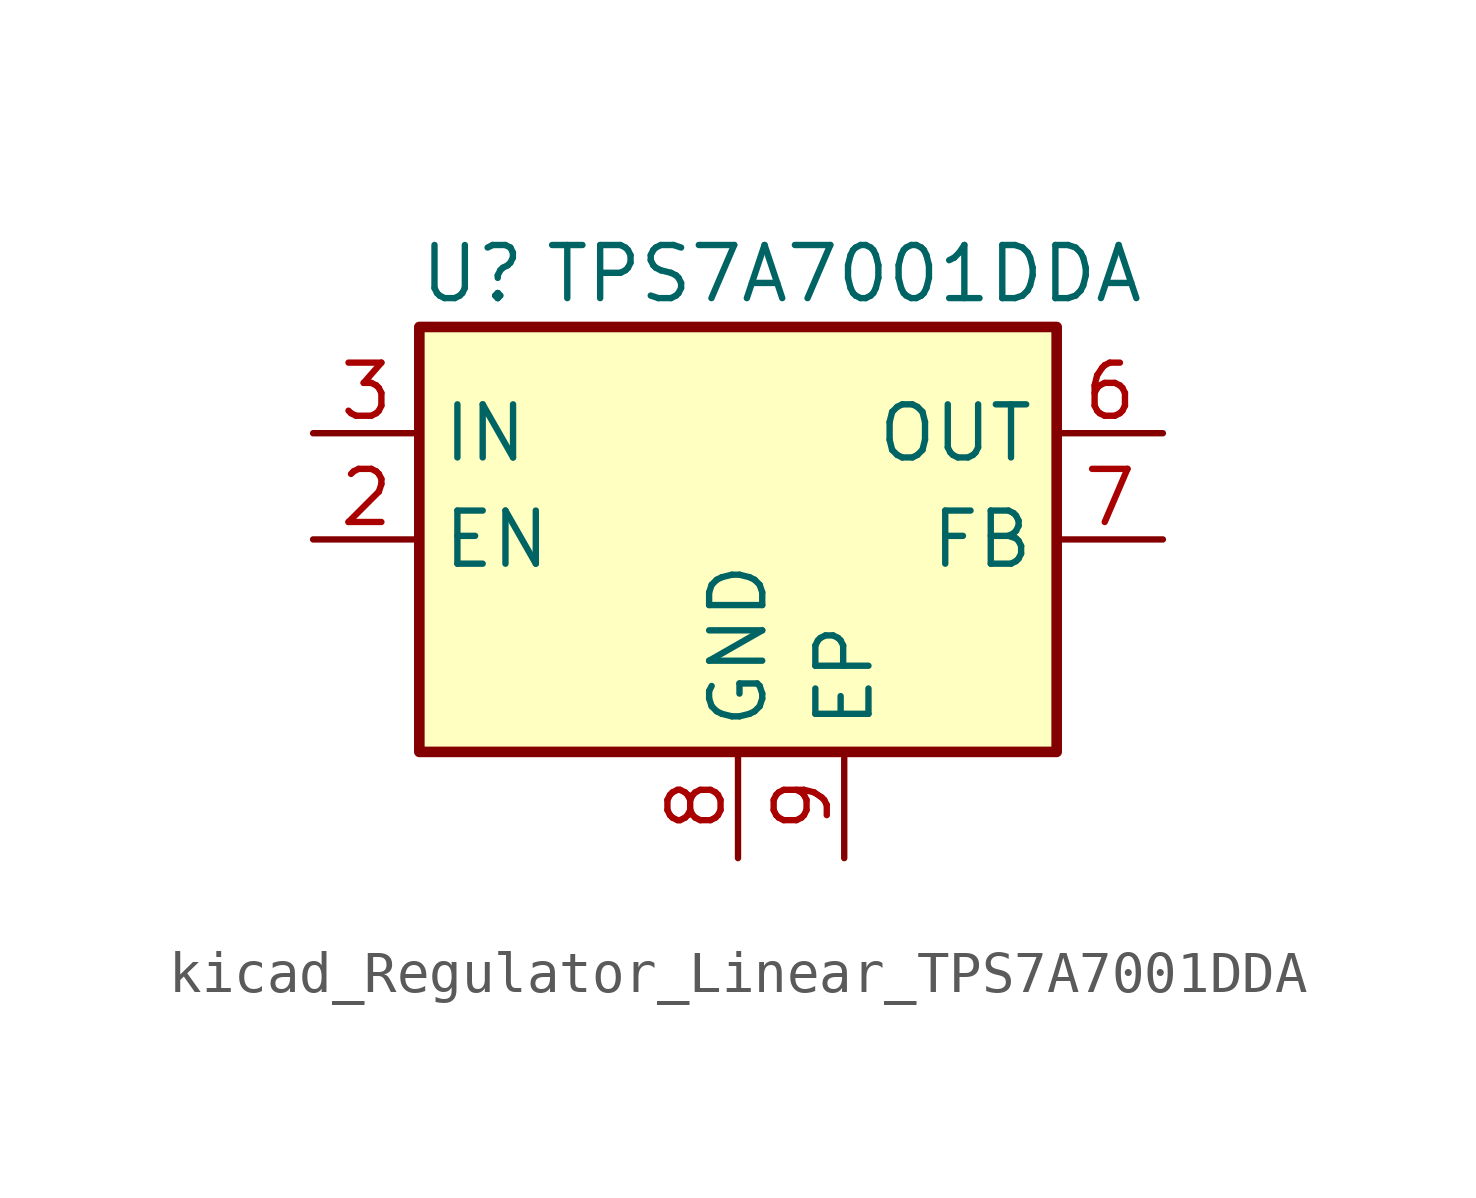
<source format=kicad_sym>
(kicad_symbol_lib
  (version 20220914)
  (generator kicad_symbol_editor)
  (symbol "kicad_Regulator_Linear_TPS7A7001DDA"
    (property "Reference" "U"
      (at -6.35 6.35 0)
      (effects (font (size 1.27 1.27))))
    (property "Value" "TPS7A7001DDA"
      (at 2.54 6.35 0)
      (effects (font (size 1.27 1.27))))
    (symbol "kicad_Regulator_Linear_TPS7A7001DDA_0_1"
      (rectangle (start -7.62 5.08) (end 7.62 -5.08) (stroke (width 0.254) (type default)) (fill (type background))))
    (symbol "kicad_Regulator_Linear_TPS7A7001DDA_1_1"
      (pin no_connect line (at -7.62 -2.54 0) (length 2.54) hide (name "NC" (effects (font (size 1.27 1.27)))) (number "1" (effects (font (size 1.27 1.27)))))
      (pin input line (at -10.16 0 0) (length 2.54) (name "EN" (effects (font (size 1.27 1.27)))) (number "2" (effects (font (size 1.27 1.27)))))
      (pin power_in line (at -10.16 2.54 0) (length 2.54) (name "IN" (effects (font (size 1.27 1.27)))) (number "3" (effects (font (size 1.27 1.27)))))
      (pin no_connect line (at 7.62 -2.54 180) (length 2.54) hide (name "NC" (effects (font (size 1.27 1.27)))) (number "4" (effects (font (size 1.27 1.27)))))
      (pin no_connect line (at -2.54 -5.08 90) (length 2.54) hide (name "NC" (effects (font (size 1.27 1.27)))) (number "5" (effects (font (size 1.27 1.27)))))
      (pin power_out line (at 10.16 2.54 180) (length 2.54) (name "OUT" (effects (font (size 1.27 1.27)))) (number "6" (effects (font (size 1.27 1.27)))))
      (pin input line (at 10.16 0 180) (length 2.54) (name "FB" (effects (font (size 1.27 1.27)))) (number "7" (effects (font (size 1.27 1.27)))))
      (pin power_in line (at 0 -7.62 90) (length 2.54) (name "GND" (effects (font (size 1.27 1.27)))) (number "8" (effects (font (size 1.27 1.27)))))
      (pin passive line (at 2.54 -7.62 90) (length 2.54) (name "EP" (effects (font (size 1.27 1.27)))) (number "9" (effects (font (size 1.27 1.27))))))))
</source>
